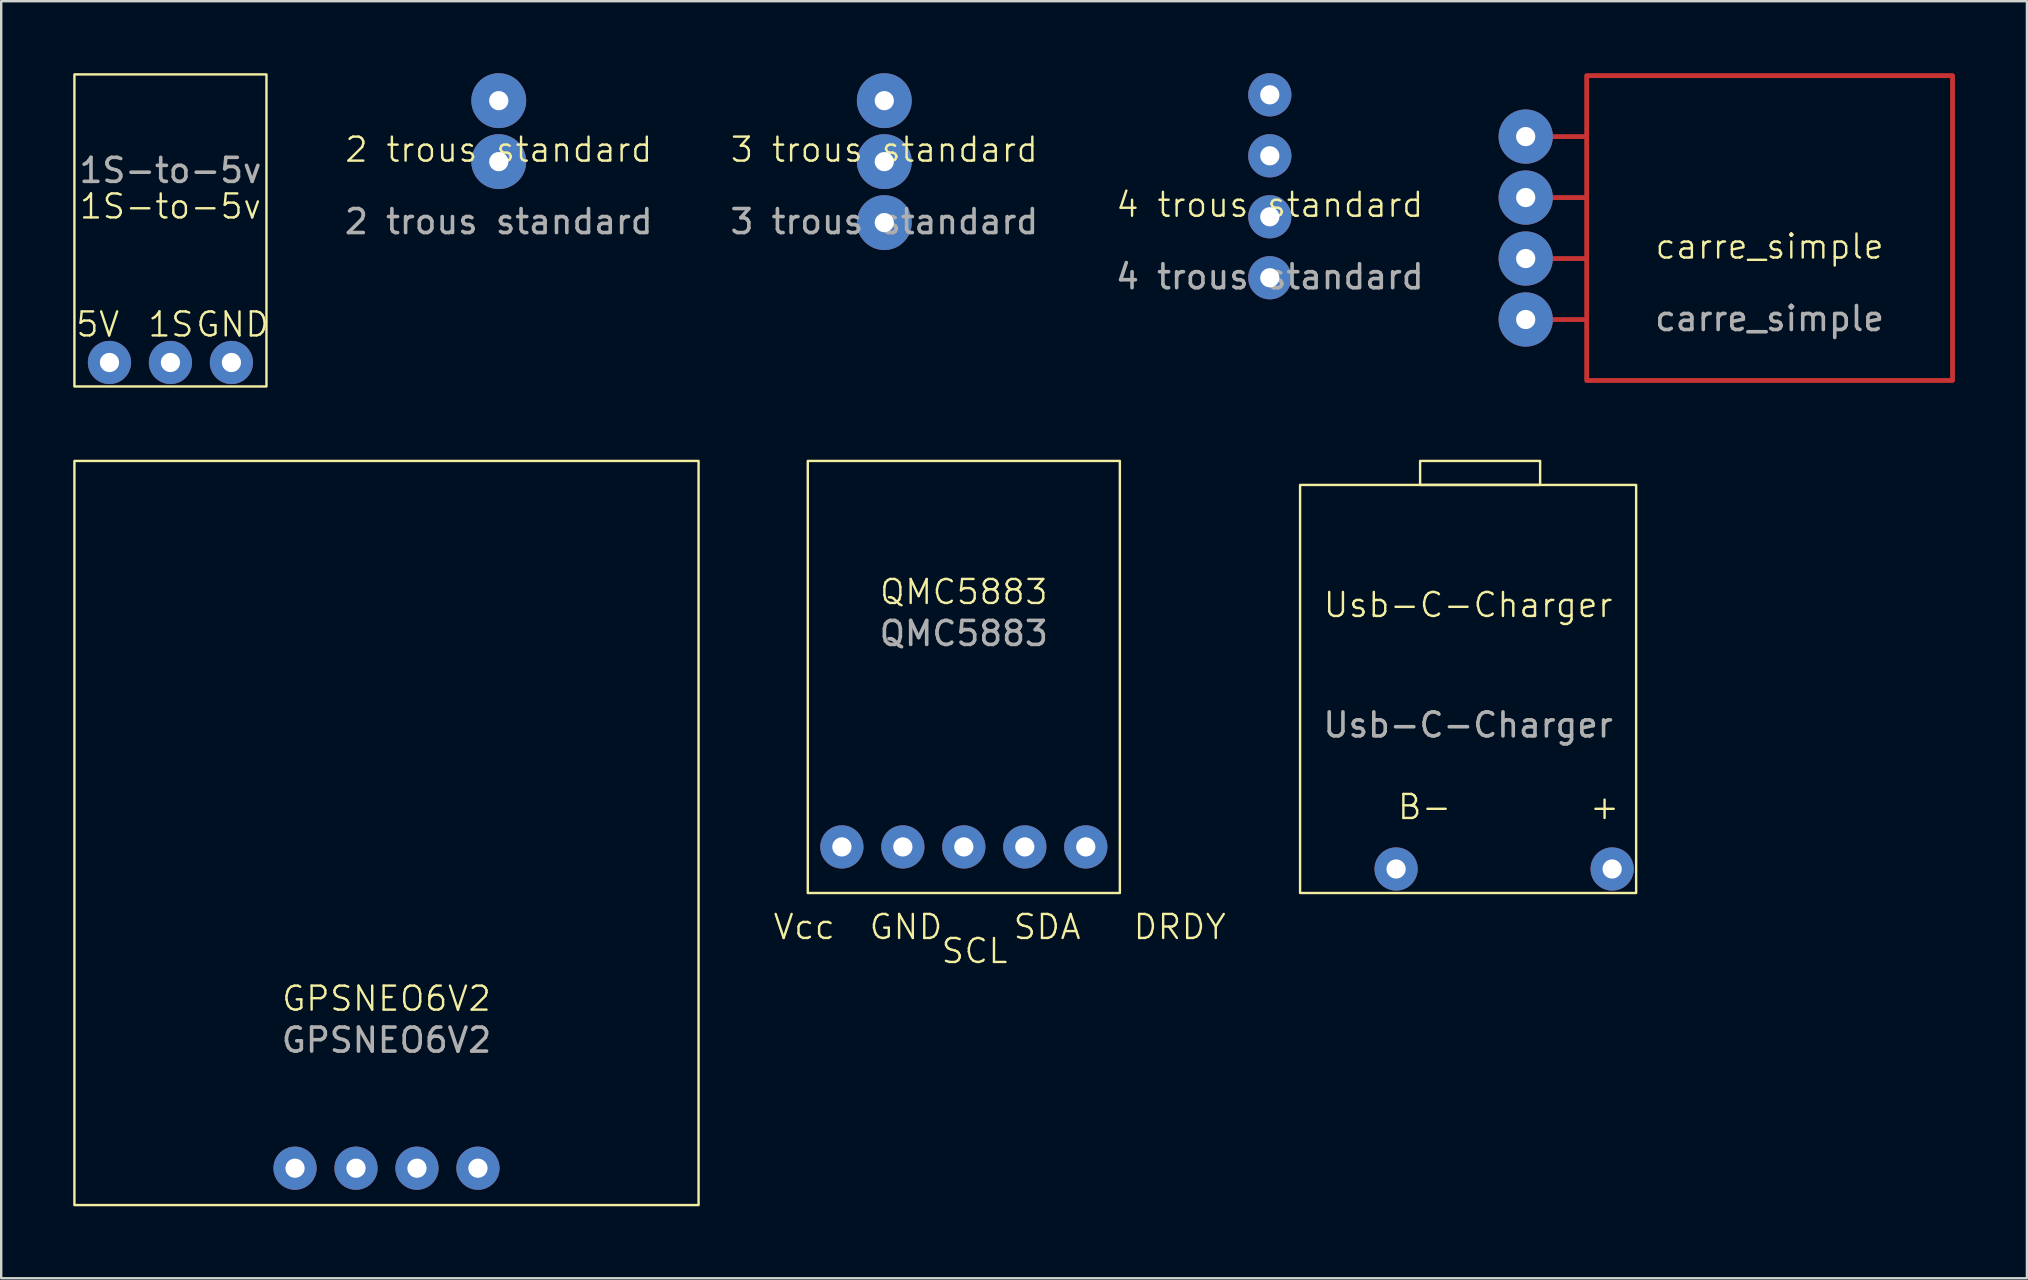
<source format=kicad_pcb>
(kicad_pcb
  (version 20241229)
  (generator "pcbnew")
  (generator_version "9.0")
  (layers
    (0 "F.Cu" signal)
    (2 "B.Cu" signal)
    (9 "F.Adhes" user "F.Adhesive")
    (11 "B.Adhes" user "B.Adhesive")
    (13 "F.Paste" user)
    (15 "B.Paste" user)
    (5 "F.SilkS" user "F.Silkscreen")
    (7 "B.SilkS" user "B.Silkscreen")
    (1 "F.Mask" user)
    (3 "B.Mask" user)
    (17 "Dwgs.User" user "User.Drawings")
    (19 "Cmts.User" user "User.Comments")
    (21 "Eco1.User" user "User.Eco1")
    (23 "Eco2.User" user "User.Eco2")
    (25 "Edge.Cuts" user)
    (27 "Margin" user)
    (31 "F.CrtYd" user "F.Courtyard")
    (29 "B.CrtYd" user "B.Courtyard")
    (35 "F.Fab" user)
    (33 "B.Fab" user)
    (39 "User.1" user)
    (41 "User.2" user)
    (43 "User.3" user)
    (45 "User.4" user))
  (footprint "carre_simple"
    (layer "F.Cu")
    (at 70.666 7.72)
    (property "Reference" "carre_simple" (at 0 -0.5 0) (unlocked yes) (layer "F.SilkS") (effects (font (size 1 1) (thickness 0.1))))
    (attr through_hole)
    (fp_line (start -10.16 -5.08) (end -7.62 -5.08) (stroke (width 0.2) (type default)) (layer "F.Cu"))
    (fp_line (start -10.16 -2.54) (end -7.62 -2.54) (stroke (width 0.2) (type default)) (layer "F.Cu"))
    (fp_line (start -10.16 0) (end -7.62 0) (stroke (width 0.2) (type default)) (layer "F.Cu"))
    (fp_line (start -10.16 2.54) (end -7.62 2.54) (stroke (width 0.2) (type default)) (layer "F.Cu"))
    (fp_rect (start -7.62 -7.62) (end 7.62 5.08) (stroke (width 0.2) (type default)) (fill no) (layer "F.Cu"))
    (fp_text user "${REFERENCE}" (at 0 2.5 0) (unlocked yes) (layer "F.Fab") (effects (font (size 1 1) (thickness 0.15))))
    (pad "1" thru_hole circle (at -10.16 -5.08) (size 2.26 2.26) (drill 0.8) (layers "*.Cu" "*.Mask"))
    (pad "2" thru_hole circle (at -10.16 -2.54) (size 2.26 2.26) (drill 0.8) (layers "*.Cu" "*.Mask"))
    (pad "3" thru_hole circle (at -10.16 0) (size 2.26 2.26) (drill 0.8) (layers "*.Cu" "*.Mask"))
    (pad "4" thru_hole circle (at -10.16 2.54) (size 2.26 2.26) (drill 0.8) (layers "*.Cu" "*.Mask")))
  (footprint "2 trous standard"
    (layer "F.Cu")
    (at 17.727 3.683)
    (property "Reference" "2 trous standard" (at 0 -0.5 0) (unlocked yes) (layer "F.SilkS") (effects (font (size 1 1) (thickness 0.1))))
    (attr through_hole)
    (fp_text user "${REFERENCE}" (at 0 2.5 0) (unlocked yes) (layer "F.Fab") (effects (font (size 1 1) (thickness 0.15))))
    (pad "1" thru_hole circle (at 0 0) (size 2.286 2.286) (drill 0.8) (layers "*.Cu" "*.Mask"))
    (pad "2" thru_hole circle (at 0 -2.54) (size 2.286 2.286) (drill 0.8) (layers "*.Cu" "*.Mask")))
  (footprint "3 trous standard"
    (layer "F.Cu")
    (at 33.787 3.683)
    (property "Reference" "3 trous standard" (at 0 -0.5 0) (unlocked yes) (layer "F.SilkS") (effects (font (size 1 1) (thickness 0.1))))
    (attr through_hole)
    (fp_text user "${REFERENCE}" (at 0 2.5 0) (unlocked yes) (layer "F.Fab") (effects (font (size 1 1) (thickness 0.15))))
    (pad "1" thru_hole circle (at 0 0) (size 2.286 2.286) (drill 0.8) (layers "*.Cu" "*.Mask"))
    (pad "2" thru_hole circle (at 0 -2.54) (size 2.286 2.286) (drill 0.8) (layers "*.Cu" "*.Mask"))
    (pad "3" thru_hole circle (at 0 2.54) (size 2.286 2.286) (drill 0.8) (layers "*.Cu" "*.Mask")))
  (footprint "1S-to-5v"
    (layer "F.Cu")
    (at 4.05 8.05)
    (property "Reference" "1S-to-5v" (at 0 -2.5 0) (unlocked yes) (layer "F.SilkS") (effects (font (size 1 1) (thickness 0.1))))
    (attr through_hole)
    (fp_rect (start -4 -8) (end 4 5) (stroke (width 0.1) (type default)) (fill no) (layer "F.SilkS"))
    (fp_text user "5V" (at -4 3 0) (unlocked yes) (layer "F.SilkS") (effects (font (size 1 1) (thickness 0.1)) (justify left bottom)))
    (fp_text user "GND" (at 1 3 0) (unlocked yes) (layer "F.SilkS") (effects (font (size 1 1) (thickness 0.1)) (justify left bottom)))
    (fp_text user "1S" (at -1 3 0) (unlocked yes) (layer "F.SilkS") (effects (font (size 1 1) (thickness 0.1)) (justify left bottom)))
    (fp_text user "${REFERENCE}" (at 0 -4 0) (unlocked yes) (layer "F.Fab") (effects (font (size 1 1) (thickness 0.15))))
    (pad "1" thru_hole circle (at -2.54 4) (size 1.8 1.8) (drill 0.8) (layers "*.Cu" "*.Mask"))
    (pad "2" thru_hole circle (at 0 4) (size 1.8 1.8) (drill 0.8) (layers "*.Cu" "*.Mask"))
    (pad "3" thru_hole circle (at 2.54 4) (size 1.8 1.8) (drill 0.8) (layers "*.Cu" "*.Mask")))
  (footprint "QMC5883"
    (layer "F.Cu")
    (at 37.1 27.15)
    (property "Reference" "QMC5883" (at 0 -5.54 0) (unlocked yes) (layer "F.SilkS") (effects (font (size 1 1) (thickness 0.1))))
    (attr through_hole)
    (fp_rect (start -6.5 -11) (end 6.5 7) (stroke (width 0.1) (type default)) (fill no) (layer "F.SilkS"))
    (fp_text user "SCL" (at -1 10 0) (unlocked yes) (layer "F.SilkS") (effects (font (size 1 1) (thickness 0.1)) (justify left bottom)))
    (fp_text user "DRDY" (at 7 9 0) (unlocked yes) (layer "F.SilkS") (effects (font (size 1 1) (thickness 0.1)) (justify left bottom)))
    (fp_text user "SDA" (at 2 9 0) (unlocked yes) (layer "F.SilkS") (effects (font (size 1 1) (thickness 0.1)) (justify left bottom)))
    (fp_text user "Vcc" (at -8 9 0) (unlocked yes) (layer "F.SilkS") (effects (font (size 1 1) (thickness 0.1)) (justify left bottom)))
    (fp_text user "GND" (at -4 9 0) (unlocked yes) (layer "F.SilkS") (effects (font (size 1 1) (thickness 0.1)) (justify left bottom)))
    (fp_text user "${REFERENCE}" (at 0 -3.81 0) (unlocked yes) (layer "F.Fab") (effects (font (size 1 1) (thickness 0.15))))
    (pad "1" thru_hole circle (at -5.08 5.08) (size 1.8 1.8) (drill 0.8) (layers "*.Cu" "*.Mask"))
    (pad "2" thru_hole circle (at -2.54 5.08) (size 1.8 1.8) (drill 0.8) (layers "*.Cu" "*.Mask"))
    (pad "3" thru_hole circle (at 0 5.08) (size 1.8 1.8) (drill 0.8) (layers "*.Cu" "*.Mask"))
    (pad "4" thru_hole circle (at 2.54 5.08) (size 1.8 1.8) (drill 0.8) (layers "*.Cu" "*.Mask"))
    (pad "5" thru_hole circle (at 5.08 5.08) (size 1.8 1.8) (drill 0.8) (layers "*.Cu" "*.Mask")))
  (footprint "GPSNEO6V2"
    (layer "F.Cu")
    (at 13.05 44.09)
    (property "Reference" "GPSNEO6V2" (at 0 -5.54 0) (unlocked yes) (layer "F.SilkS") (effects (font (size 1 1) (thickness 0.1))))
    (attr through_hole)
    (fp_rect (start -13 -27.94) (end 13 3.06) (stroke (width 0.1) (type default)) (fill no) (layer "F.SilkS"))
    (fp_text user "${REFERENCE}" (at 0 -3.81 0) (unlocked yes) (layer "F.Fab") (effects (font (size 1 1) (thickness 0.15))))
    (pad "1" thru_hole circle (at -3.81 1.524) (size 1.8 1.8) (drill 0.8) (layers "*.Cu" "*.Mask"))
    (pad "2" thru_hole circle (at -1.27 1.524) (size 1.8 1.8) (drill 0.8) (layers "*.Cu" "*.Mask"))
    (pad "3" thru_hole circle (at 1.27 1.524) (size 1.8 1.8) (drill 0.8) (layers "*.Cu" "*.Mask"))
    (pad "4" thru_hole circle (at 3.81 1.524) (size 1.8 1.8) (drill 0.8) (layers "*.Cu" "*.Mask")))
  (footprint "Usb-C-Charger"
    (layer "F.Cu")
    (at 58.107 26.15)
    (property "Reference" "Usb-C-Charger" (at 0 -4 0) (unlocked yes) (layer "F.SilkS") (effects (font (size 1 1) (thickness 0.1))))
    (attr through_hole)
    (fp_rect (start -7 -9) (end 7 8) (stroke (width 0.1) (type default)) (fill no) (layer "F.SilkS"))
    (fp_rect (start -2 -10) (end 3 -9) (stroke (width 0.1) (type default)) (fill no) (layer "F.SilkS"))
    (fp_text user "B-" (at -3 5 0) (unlocked yes) (layer "F.SilkS") (effects (font (size 1 1) (thickness 0.1)) (justify left bottom)))
    (fp_text user "+" (at 5 5 0) (unlocked yes) (layer "F.SilkS") (effects (font (size 1 1) (thickness 0.1)) (justify left bottom)))
    (fp_text user "${REFERENCE}" (at 0 1 0) (unlocked yes) (layer "F.Fab") (effects (font (size 1 1) (thickness 0.15))))
    (pad "1" thru_hole circle (at -3 7) (size 1.8 1.8) (drill 0.8) (layers "*.Cu" "*.Mask"))
    (pad "2" thru_hole circle (at 6 7) (size 1.8 1.8) (drill 0.8) (layers "*.Cu" "*.Mask")))
  (footprint "4 trous standard"
    (layer "F.Cu")
    (at 49.846 5.98)
    (property "Reference" "4 trous standard" (at 0 -0.5 0) (unlocked yes) (layer "F.SilkS") (effects (font (size 1 1) (thickness 0.1))))
    (attr through_hole)
    (fp_text user "${REFERENCE}" (at 0 2.5 0) (unlocked yes) (layer "F.Fab") (effects (font (size 1 1) (thickness 0.15))))
    (pad "1" thru_hole circle (at 0 2.54) (size 1.8 1.8) (drill 0.8) (layers "*.Cu" "*.Mask"))
    (pad "2" thru_hole circle (at 0 0) (size 1.8 1.8) (drill 0.8) (layers "*.Cu" "*.Mask"))
    (pad "3" thru_hole circle (at 0 -2.54) (size 1.8 1.8) (drill 0.8) (layers "*.Cu" "*.Mask"))
    (pad "4" thru_hole circle (at 0 -5.08) (size 1.8 1.8) (drill 0.8) (layers "*.Cu" "*.Mask")))
  (gr_rect
    (start -3 -3)
    (end 81.386 50.2)
    (stroke (width 0.1) (type default))
    (fill no)
    (layer "Edge.Cuts")))
</source>
